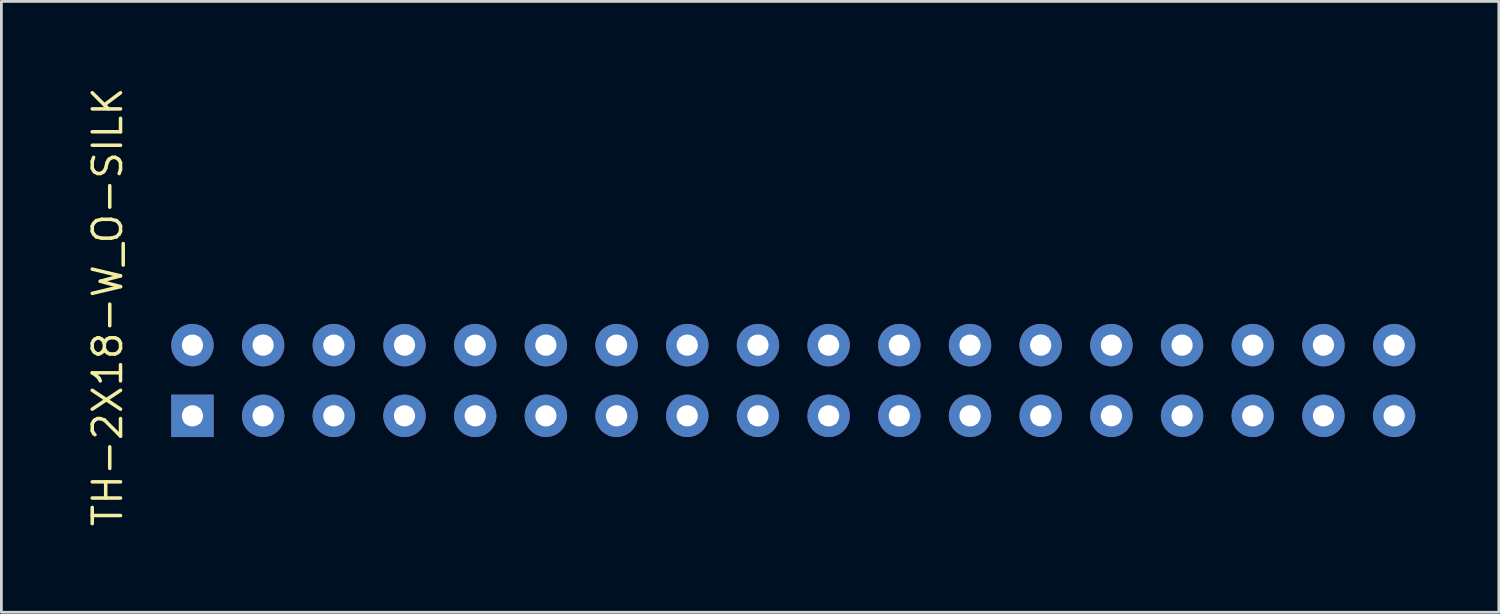
<source format=kicad_pcb>
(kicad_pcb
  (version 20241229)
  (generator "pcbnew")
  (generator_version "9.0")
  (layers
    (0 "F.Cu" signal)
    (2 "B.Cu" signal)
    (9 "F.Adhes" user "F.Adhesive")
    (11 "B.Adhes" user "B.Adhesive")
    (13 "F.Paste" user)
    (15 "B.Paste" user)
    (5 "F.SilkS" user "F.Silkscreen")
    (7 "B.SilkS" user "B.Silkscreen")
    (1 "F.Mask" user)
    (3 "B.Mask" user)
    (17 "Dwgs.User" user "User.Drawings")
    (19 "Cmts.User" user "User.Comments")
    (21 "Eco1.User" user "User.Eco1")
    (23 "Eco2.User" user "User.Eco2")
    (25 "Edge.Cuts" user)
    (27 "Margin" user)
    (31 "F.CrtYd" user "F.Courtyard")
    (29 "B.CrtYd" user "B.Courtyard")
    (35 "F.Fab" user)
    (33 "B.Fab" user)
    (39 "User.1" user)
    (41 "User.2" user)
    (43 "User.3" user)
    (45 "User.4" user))
  (footprint "TH-2X18-W_O-SILK"
    (layer "F.Cu")
    (at 25.455 10.622)
    (property "Reference" "TH-2X18-W_O-SILK" (at -24.638 -2.647 90) (layer "F.SilkS") (effects (font (size 1.016 1.016) (thickness 0.127))))
    (attr exclude_from_pos_files exclude_from_bom)
    (fp_line (start -21.844 -1.524) (end -21.336 -1.524) (stroke (width 0.066) (type solid)) (layer "Dwgs.User"))
    (fp_line (start -21.844 -1.016) (end -21.844 -1.524) (stroke (width 0.066) (type solid)) (layer "Dwgs.User"))
    (fp_line (start -21.844 -1.016) (end -21.336 -1.016) (stroke (width 0.066) (type solid)) (layer "Dwgs.User"))
    (fp_line (start -21.844 1.016) (end -21.336 1.016) (stroke (width 0.066) (type solid)) (layer "Dwgs.User"))
    (fp_line (start -21.844 1.524) (end -21.844 1.016) (stroke (width 0.066) (type solid)) (layer "Dwgs.User"))
    (fp_line (start -21.844 1.524) (end -21.336 1.524) (stroke (width 0.066) (type solid)) (layer "Dwgs.User"))
    (fp_line (start -21.336 -1.016) (end -21.336 -1.524) (stroke (width 0.066) (type solid)) (layer "Dwgs.User"))
    (fp_line (start -21.336 1.524) (end -21.336 1.016) (stroke (width 0.066) (type solid)) (layer "Dwgs.User"))
    (fp_line (start -19.304 -1.524) (end -18.796 -1.524) (stroke (width 0.066) (type solid)) (layer "Dwgs.User"))
    (fp_line (start -19.304 -1.016) (end -19.304 -1.524) (stroke (width 0.066) (type solid)) (layer "Dwgs.User"))
    (fp_line (start -19.304 -1.016) (end -18.796 -1.016) (stroke (width 0.066) (type solid)) (layer "Dwgs.User"))
    (fp_line (start -19.304 1.016) (end -18.796 1.016) (stroke (width 0.066) (type solid)) (layer "Dwgs.User"))
    (fp_line (start -19.304 1.524) (end -19.304 1.016) (stroke (width 0.066) (type solid)) (layer "Dwgs.User"))
    (fp_line (start -19.304 1.524) (end -18.796 1.524) (stroke (width 0.066) (type solid)) (layer "Dwgs.User"))
    (fp_line (start -18.796 -1.016) (end -18.796 -1.524) (stroke (width 0.066) (type solid)) (layer "Dwgs.User"))
    (fp_line (start -18.796 1.524) (end -18.796 1.016) (stroke (width 0.066) (type solid)) (layer "Dwgs.User"))
    (fp_line (start -16.764 -1.524) (end -16.256 -1.524) (stroke (width 0.066) (type solid)) (layer "Dwgs.User"))
    (fp_line (start -16.764 -1.016) (end -16.764 -1.524) (stroke (width 0.066) (type solid)) (layer "Dwgs.User"))
    (fp_line (start -16.764 -1.016) (end -16.256 -1.016) (stroke (width 0.066) (type solid)) (layer "Dwgs.User"))
    (fp_line (start -16.764 1.016) (end -16.256 1.016) (stroke (width 0.066) (type solid)) (layer "Dwgs.User"))
    (fp_line (start -16.764 1.524) (end -16.764 1.016) (stroke (width 0.066) (type solid)) (layer "Dwgs.User"))
    (fp_line (start -16.764 1.524) (end -16.256 1.524) (stroke (width 0.066) (type solid)) (layer "Dwgs.User"))
    (fp_line (start -16.256 -1.016) (end -16.256 -1.524) (stroke (width 0.066) (type solid)) (layer "Dwgs.User"))
    (fp_line (start -16.256 1.524) (end -16.256 1.016) (stroke (width 0.066) (type solid)) (layer "Dwgs.User"))
    (fp_line (start -14.224 -1.524) (end -13.716 -1.524) (stroke (width 0.066) (type solid)) (layer "Dwgs.User"))
    (fp_line (start -14.224 -1.016) (end -14.224 -1.524) (stroke (width 0.066) (type solid)) (layer "Dwgs.User"))
    (fp_line (start -14.224 -1.016) (end -13.716 -1.016) (stroke (width 0.066) (type solid)) (layer "Dwgs.User"))
    (fp_line (start -14.224 1.016) (end -13.716 1.016) (stroke (width 0.066) (type solid)) (layer "Dwgs.User"))
    (fp_line (start -14.224 1.524) (end -14.224 1.016) (stroke (width 0.066) (type solid)) (layer "Dwgs.User"))
    (fp_line (start -14.224 1.524) (end -13.716 1.524) (stroke (width 0.066) (type solid)) (layer "Dwgs.User"))
    (fp_line (start -13.716 -1.016) (end -13.716 -1.524) (stroke (width 0.066) (type solid)) (layer "Dwgs.User"))
    (fp_line (start -13.716 1.524) (end -13.716 1.016) (stroke (width 0.066) (type solid)) (layer "Dwgs.User"))
    (fp_line (start -11.684 -1.524) (end -11.176 -1.524) (stroke (width 0.066) (type solid)) (layer "Dwgs.User"))
    (fp_line (start -11.684 -1.016) (end -11.684 -1.524) (stroke (width 0.066) (type solid)) (layer "Dwgs.User"))
    (fp_line (start -11.684 -1.016) (end -11.176 -1.016) (stroke (width 0.066) (type solid)) (layer "Dwgs.User"))
    (fp_line (start -11.684 1.016) (end -11.176 1.016) (stroke (width 0.066) (type solid)) (layer "Dwgs.User"))
    (fp_line (start -11.684 1.524) (end -11.684 1.016) (stroke (width 0.066) (type solid)) (layer "Dwgs.User"))
    (fp_line (start -11.684 1.524) (end -11.176 1.524) (stroke (width 0.066) (type solid)) (layer "Dwgs.User"))
    (fp_line (start -11.176 -1.016) (end -11.176 -1.524) (stroke (width 0.066) (type solid)) (layer "Dwgs.User"))
    (fp_line (start -11.176 1.524) (end -11.176 1.016) (stroke (width 0.066) (type solid)) (layer "Dwgs.User"))
    (fp_line (start -9.144 -1.524) (end -8.636 -1.524) (stroke (width 0.066) (type solid)) (layer "Dwgs.User"))
    (fp_line (start -9.144 -1.016) (end -9.144 -1.524) (stroke (width 0.066) (type solid)) (layer "Dwgs.User"))
    (fp_line (start -9.144 -1.016) (end -8.636 -1.016) (stroke (width 0.066) (type solid)) (layer "Dwgs.User"))
    (fp_line (start -9.144 1.016) (end -8.636 1.016) (stroke (width 0.066) (type solid)) (layer "Dwgs.User"))
    (fp_line (start -9.144 1.524) (end -9.144 1.016) (stroke (width 0.066) (type solid)) (layer "Dwgs.User"))
    (fp_line (start -9.144 1.524) (end -8.636 1.524) (stroke (width 0.066) (type solid)) (layer "Dwgs.User"))
    (fp_line (start -8.636 -1.016) (end -8.636 -1.524) (stroke (width 0.066) (type solid)) (layer "Dwgs.User"))
    (fp_line (start -8.636 1.524) (end -8.636 1.016) (stroke (width 0.066) (type solid)) (layer "Dwgs.User"))
    (fp_line (start -6.604 -1.524) (end -6.096 -1.524) (stroke (width 0.066) (type solid)) (layer "Dwgs.User"))
    (fp_line (start -6.604 -1.016) (end -6.604 -1.524) (stroke (width 0.066) (type solid)) (layer "Dwgs.User"))
    (fp_line (start -6.604 -1.016) (end -6.096 -1.016) (stroke (width 0.066) (type solid)) (layer "Dwgs.User"))
    (fp_line (start -6.604 1.016) (end -6.096 1.016) (stroke (width 0.066) (type solid)) (layer "Dwgs.User"))
    (fp_line (start -6.604 1.524) (end -6.604 1.016) (stroke (width 0.066) (type solid)) (layer "Dwgs.User"))
    (fp_line (start -6.604 1.524) (end -6.096 1.524) (stroke (width 0.066) (type solid)) (layer "Dwgs.User"))
    (fp_line (start -6.096 -1.016) (end -6.096 -1.524) (stroke (width 0.066) (type solid)) (layer "Dwgs.User"))
    (fp_line (start -6.096 1.524) (end -6.096 1.016) (stroke (width 0.066) (type solid)) (layer "Dwgs.User"))
    (fp_line (start -4.064 -1.524) (end -3.556 -1.524) (stroke (width 0.066) (type solid)) (layer "Dwgs.User"))
    (fp_line (start -4.064 -1.016) (end -4.064 -1.524) (stroke (width 0.066) (type solid)) (layer "Dwgs.User"))
    (fp_line (start -4.064 -1.016) (end -3.556 -1.016) (stroke (width 0.066) (type solid)) (layer "Dwgs.User"))
    (fp_line (start -4.064 1.016) (end -3.556 1.016) (stroke (width 0.066) (type solid)) (layer "Dwgs.User"))
    (fp_line (start -4.064 1.524) (end -4.064 1.016) (stroke (width 0.066) (type solid)) (layer "Dwgs.User"))
    (fp_line (start -4.064 1.524) (end -3.556 1.524) (stroke (width 0.066) (type solid)) (layer "Dwgs.User"))
    (fp_line (start -3.556 -1.016) (end -3.556 -1.524) (stroke (width 0.066) (type solid)) (layer "Dwgs.User"))
    (fp_line (start -3.556 1.524) (end -3.556 1.016) (stroke (width 0.066) (type solid)) (layer "Dwgs.User"))
    (fp_line (start -1.524 -1.524) (end -1.016 -1.524) (stroke (width 0.066) (type solid)) (layer "Dwgs.User"))
    (fp_line (start -1.524 -1.016) (end -1.524 -1.524) (stroke (width 0.066) (type solid)) (layer "Dwgs.User"))
    (fp_line (start -1.524 -1.016) (end -1.016 -1.016) (stroke (width 0.066) (type solid)) (layer "Dwgs.User"))
    (fp_line (start -1.524 1.016) (end -1.016 1.016) (stroke (width 0.066) (type solid)) (layer "Dwgs.User"))
    (fp_line (start -1.524 1.524) (end -1.524 1.016) (stroke (width 0.066) (type solid)) (layer "Dwgs.User"))
    (fp_line (start -1.524 1.524) (end -1.016 1.524) (stroke (width 0.066) (type solid)) (layer "Dwgs.User"))
    (fp_line (start -1.016 -1.016) (end -1.016 -1.524) (stroke (width 0.066) (type solid)) (layer "Dwgs.User"))
    (fp_line (start -1.016 1.524) (end -1.016 1.016) (stroke (width 0.066) (type solid)) (layer "Dwgs.User"))
    (fp_line (start 1.016 -1.524) (end 1.524 -1.524) (stroke (width 0.066) (type solid)) (layer "Dwgs.User"))
    (fp_line (start 1.016 -1.016) (end 1.016 -1.524) (stroke (width 0.066) (type solid)) (layer "Dwgs.User"))
    (fp_line (start 1.016 -1.016) (end 1.524 -1.016) (stroke (width 0.066) (type solid)) (layer "Dwgs.User"))
    (fp_line (start 1.016 1.016) (end 1.524 1.016) (stroke (width 0.066) (type solid)) (layer "Dwgs.User"))
    (fp_line (start 1.016 1.524) (end 1.016 1.016) (stroke (width 0.066) (type solid)) (layer "Dwgs.User"))
    (fp_line (start 1.016 1.524) (end 1.524 1.524) (stroke (width 0.066) (type solid)) (layer "Dwgs.User"))
    (fp_line (start 1.524 -1.016) (end 1.524 -1.524) (stroke (width 0.066) (type solid)) (layer "Dwgs.User"))
    (fp_line (start 1.524 1.524) (end 1.524 1.016) (stroke (width 0.066) (type solid)) (layer "Dwgs.User"))
    (fp_line (start 3.556 -1.524) (end 4.064 -1.524) (stroke (width 0.066) (type solid)) (layer "Dwgs.User"))
    (fp_line (start 3.556 -1.016) (end 3.556 -1.524) (stroke (width 0.066) (type solid)) (layer "Dwgs.User"))
    (fp_line (start 3.556 -1.016) (end 4.064 -1.016) (stroke (width 0.066) (type solid)) (layer "Dwgs.User"))
    (fp_line (start 3.556 1.016) (end 4.064 1.016) (stroke (width 0.066) (type solid)) (layer "Dwgs.User"))
    (fp_line (start 3.556 1.524) (end 3.556 1.016) (stroke (width 0.066) (type solid)) (layer "Dwgs.User"))
    (fp_line (start 3.556 1.524) (end 4.064 1.524) (stroke (width 0.066) (type solid)) (layer "Dwgs.User"))
    (fp_line (start 4.064 -1.016) (end 4.064 -1.524) (stroke (width 0.066) (type solid)) (layer "Dwgs.User"))
    (fp_line (start 4.064 1.524) (end 4.064 1.016) (stroke (width 0.066) (type solid)) (layer "Dwgs.User"))
    (fp_line (start 6.096 -1.524) (end 6.604 -1.524) (stroke (width 0.066) (type solid)) (layer "Dwgs.User"))
    (fp_line (start 6.096 -1.016) (end 6.096 -1.524) (stroke (width 0.066) (type solid)) (layer "Dwgs.User"))
    (fp_line (start 6.096 -1.016) (end 6.604 -1.016) (stroke (width 0.066) (type solid)) (layer "Dwgs.User"))
    (fp_line (start 6.096 1.016) (end 6.604 1.016) (stroke (width 0.066) (type solid)) (layer "Dwgs.User"))
    (fp_line (start 6.096 1.524) (end 6.096 1.016) (stroke (width 0.066) (type solid)) (layer "Dwgs.User"))
    (fp_line (start 6.096 1.524) (end 6.604 1.524) (stroke (width 0.066) (type solid)) (layer "Dwgs.User"))
    (fp_line (start 6.604 -1.016) (end 6.604 -1.524) (stroke (width 0.066) (type solid)) (layer "Dwgs.User"))
    (fp_line (start 6.604 1.524) (end 6.604 1.016) (stroke (width 0.066) (type solid)) (layer "Dwgs.User"))
    (fp_line (start 8.636 -1.524) (end 9.144 -1.524) (stroke (width 0.066) (type solid)) (layer "Dwgs.User"))
    (fp_line (start 8.636 -1.016) (end 8.636 -1.524) (stroke (width 0.066) (type solid)) (layer "Dwgs.User"))
    (fp_line (start 8.636 -1.016) (end 9.144 -1.016) (stroke (width 0.066) (type solid)) (layer "Dwgs.User"))
    (fp_line (start 8.636 1.016) (end 9.144 1.016) (stroke (width 0.066) (type solid)) (layer "Dwgs.User"))
    (fp_line (start 8.636 1.524) (end 8.636 1.016) (stroke (width 0.066) (type solid)) (layer "Dwgs.User"))
    (fp_line (start 8.636 1.524) (end 9.144 1.524) (stroke (width 0.066) (type solid)) (layer "Dwgs.User"))
    (fp_line (start 9.144 -1.016) (end 9.144 -1.524) (stroke (width 0.066) (type solid)) (layer "Dwgs.User"))
    (fp_line (start 9.144 1.524) (end 9.144 1.016) (stroke (width 0.066) (type solid)) (layer "Dwgs.User"))
    (fp_line (start 11.176 -1.524) (end 11.684 -1.524) (stroke (width 0.066) (type solid)) (layer "Dwgs.User"))
    (fp_line (start 11.176 -1.016) (end 11.176 -1.524) (stroke (width 0.066) (type solid)) (layer "Dwgs.User"))
    (fp_line (start 11.176 -1.016) (end 11.684 -1.016) (stroke (width 0.066) (type solid)) (layer "Dwgs.User"))
    (fp_line (start 11.176 1.016) (end 11.684 1.016) (stroke (width 0.066) (type solid)) (layer "Dwgs.User"))
    (fp_line (start 11.176 1.524) (end 11.176 1.016) (stroke (width 0.066) (type solid)) (layer "Dwgs.User"))
    (fp_line (start 11.176 1.524) (end 11.684 1.524) (stroke (width 0.066) (type solid)) (layer "Dwgs.User"))
    (fp_line (start 11.684 -1.016) (end 11.684 -1.524) (stroke (width 0.066) (type solid)) (layer "Dwgs.User"))
    (fp_line (start 11.684 1.524) (end 11.684 1.016) (stroke (width 0.066) (type solid)) (layer "Dwgs.User"))
    (fp_line (start 13.716 -1.524) (end 14.224 -1.524) (stroke (width 0.066) (type solid)) (layer "Dwgs.User"))
    (fp_line (start 13.716 -1.016) (end 13.716 -1.524) (stroke (width 0.066) (type solid)) (layer "Dwgs.User"))
    (fp_line (start 13.716 -1.016) (end 14.224 -1.016) (stroke (width 0.066) (type solid)) (layer "Dwgs.User"))
    (fp_line (start 13.716 1.016) (end 14.224 1.016) (stroke (width 0.066) (type solid)) (layer "Dwgs.User"))
    (fp_line (start 13.716 1.524) (end 13.716 1.016) (stroke (width 0.066) (type solid)) (layer "Dwgs.User"))
    (fp_line (start 13.716 1.524) (end 14.224 1.524) (stroke (width 0.066) (type solid)) (layer "Dwgs.User"))
    (fp_line (start 14.224 -1.016) (end 14.224 -1.524) (stroke (width 0.066) (type solid)) (layer "Dwgs.User"))
    (fp_line (start 14.224 1.524) (end 14.224 1.016) (stroke (width 0.066) (type solid)) (layer "Dwgs.User"))
    (fp_line (start 16.256 -1.524) (end 16.764 -1.524) (stroke (width 0.066) (type solid)) (layer "Dwgs.User"))
    (fp_line (start 16.256 -1.016) (end 16.256 -1.524) (stroke (width 0.066) (type solid)) (layer "Dwgs.User"))
    (fp_line (start 16.256 -1.016) (end 16.764 -1.016) (stroke (width 0.066) (type solid)) (layer "Dwgs.User"))
    (fp_line (start 16.256 1.016) (end 16.764 1.016) (stroke (width 0.066) (type solid)) (layer "Dwgs.User"))
    (fp_line (start 16.256 1.524) (end 16.256 1.016) (stroke (width 0.066) (type solid)) (layer "Dwgs.User"))
    (fp_line (start 16.256 1.524) (end 16.764 1.524) (stroke (width 0.066) (type solid)) (layer "Dwgs.User"))
    (fp_line (start 16.764 -1.016) (end 16.764 -1.524) (stroke (width 0.066) (type solid)) (layer "Dwgs.User"))
    (fp_line (start 16.764 1.524) (end 16.764 1.016) (stroke (width 0.066) (type solid)) (layer "Dwgs.User"))
    (fp_line (start 18.796 -1.524) (end 19.304 -1.524) (stroke (width 0.066) (type solid)) (layer "Dwgs.User"))
    (fp_line (start 18.796 -1.016) (end 18.796 -1.524) (stroke (width 0.066) (type solid)) (layer "Dwgs.User"))
    (fp_line (start 18.796 -1.016) (end 19.304 -1.016) (stroke (width 0.066) (type solid)) (layer "Dwgs.User"))
    (fp_line (start 18.796 1.016) (end 19.304 1.016) (stroke (width 0.066) (type solid)) (layer "Dwgs.User"))
    (fp_line (start 18.796 1.524) (end 18.796 1.016) (stroke (width 0.066) (type solid)) (layer "Dwgs.User"))
    (fp_line (start 18.796 1.524) (end 19.304 1.524) (stroke (width 0.066) (type solid)) (layer "Dwgs.User"))
    (fp_line (start 19.304 -1.016) (end 19.304 -1.524) (stroke (width 0.066) (type solid)) (layer "Dwgs.User"))
    (fp_line (start 19.304 1.524) (end 19.304 1.016) (stroke (width 0.066) (type solid)) (layer "Dwgs.User"))
    (fp_line (start 21.336 -1.524) (end 21.844 -1.524) (stroke (width 0.066) (type solid)) (layer "Dwgs.User"))
    (fp_line (start 21.336 -1.016) (end 21.336 -1.524) (stroke (width 0.066) (type solid)) (layer "Dwgs.User"))
    (fp_line (start 21.336 -1.016) (end 21.844 -1.016) (stroke (width 0.066) (type solid)) (layer "Dwgs.User"))
    (fp_line (start 21.336 1.016) (end 21.844 1.016) (stroke (width 0.066) (type solid)) (layer "Dwgs.User"))
    (fp_line (start 21.336 1.524) (end 21.336 1.016) (stroke (width 0.066) (type solid)) (layer "Dwgs.User"))
    (fp_line (start 21.336 1.524) (end 21.844 1.524) (stroke (width 0.066) (type solid)) (layer "Dwgs.User"))
    (fp_line (start 21.844 -1.016) (end 21.844 -1.524) (stroke (width 0.066) (type solid)) (layer "Dwgs.User"))
    (fp_line (start 21.844 1.524) (end 21.844 1.016) (stroke (width 0.066) (type solid)) (layer "Dwgs.User"))
    (pad "1" thru_hole rect (at -21.59 1.27) (size 1.524 1.524) (drill 0.762) (layers "*.Cu" "*.Paste" "*.Mask"))
    (pad "2" thru_hole circle (at -21.59 -1.27) (size 1.524 1.524) (drill 0.762) (layers "*.Cu" "*.Paste" "*.Mask"))
    (pad "3" thru_hole circle (at -19.05 1.27) (size 1.524 1.524) (drill 0.762) (layers "*.Cu" "*.Paste" "*.Mask"))
    (pad "4" thru_hole circle (at -19.05 -1.27) (size 1.524 1.524) (drill 0.762) (layers "*.Cu" "*.Paste" "*.Mask"))
    (pad "5" thru_hole circle (at -16.51 1.27) (size 1.524 1.524) (drill 0.762) (layers "*.Cu" "*.Paste" "*.Mask"))
    (pad "6" thru_hole circle (at -16.51 -1.27) (size 1.524 1.524) (drill 0.762) (layers "*.Cu" "*.Paste" "*.Mask"))
    (pad "7" thru_hole circle (at -13.97 1.27) (size 1.524 1.524) (drill 0.762) (layers "*.Cu" "*.Paste" "*.Mask"))
    (pad "8" thru_hole circle (at -13.97 -1.27) (size 1.524 1.524) (drill 0.762) (layers "*.Cu" "*.Paste" "*.Mask"))
    (pad "9" thru_hole circle (at -11.43 1.27) (size 1.524 1.524) (drill 0.762) (layers "*.Cu" "*.Paste" "*.Mask"))
    (pad "10" thru_hole circle (at -11.43 -1.27) (size 1.524 1.524) (drill 0.762) (layers "*.Cu" "*.Paste" "*.Mask"))
    (pad "11" thru_hole circle (at -8.89 1.27) (size 1.524 1.524) (drill 0.762) (layers "*.Cu" "*.Paste" "*.Mask"))
    (pad "12" thru_hole circle (at -8.89 -1.27) (size 1.524 1.524) (drill 0.762) (layers "*.Cu" "*.Paste" "*.Mask"))
    (pad "13" thru_hole circle (at -6.35 1.27) (size 1.524 1.524) (drill 0.762) (layers "*.Cu" "*.Paste" "*.Mask"))
    (pad "14" thru_hole circle (at -6.35 -1.27) (size 1.524 1.524) (drill 0.762) (layers "*.Cu" "*.Paste" "*.Mask"))
    (pad "15" thru_hole circle (at -3.81 1.27) (size 1.524 1.524) (drill 0.762) (layers "*.Cu" "*.Paste" "*.Mask"))
    (pad "16" thru_hole circle (at -3.81 -1.27) (size 1.524 1.524) (drill 0.762) (layers "*.Cu" "*.Paste" "*.Mask"))
    (pad "17" thru_hole circle (at -1.27 1.27) (size 1.524 1.524) (drill 0.762) (layers "*.Cu" "*.Paste" "*.Mask"))
    (pad "18" thru_hole circle (at -1.27 -1.27) (size 1.524 1.524) (drill 0.762) (layers "*.Cu" "*.Paste" "*.Mask"))
    (pad "19" thru_hole circle (at 1.27 1.27) (size 1.524 1.524) (drill 0.762) (layers "*.Cu" "*.Paste" "*.Mask"))
    (pad "20" thru_hole circle (at 1.27 -1.27) (size 1.524 1.524) (drill 0.762) (layers "*.Cu" "*.Paste" "*.Mask"))
    (pad "21" thru_hole circle (at 3.81 1.27) (size 1.524 1.524) (drill 0.762) (layers "*.Cu" "*.Paste" "*.Mask"))
    (pad "22" thru_hole circle (at 3.81 -1.27) (size 1.524 1.524) (drill 0.762) (layers "*.Cu" "*.Paste" "*.Mask"))
    (pad "23" thru_hole circle (at 6.35 1.27) (size 1.524 1.524) (drill 0.762) (layers "*.Cu" "*.Paste" "*.Mask"))
    (pad "24" thru_hole circle (at 6.35 -1.27) (size 1.524 1.524) (drill 0.762) (layers "*.Cu" "*.Paste" "*.Mask"))
    (pad "25" thru_hole circle (at 8.89 1.27) (size 1.524 1.524) (drill 0.762) (layers "*.Cu" "*.Paste" "*.Mask"))
    (pad "26" thru_hole circle (at 8.89 -1.27) (size 1.524 1.524) (drill 0.762) (layers "*.Cu" "*.Paste" "*.Mask"))
    (pad "27" thru_hole circle (at 11.43 1.27) (size 1.524 1.524) (drill 0.762) (layers "*.Cu" "*.Paste" "*.Mask"))
    (pad "28" thru_hole circle (at 11.43 -1.27) (size 1.524 1.524) (drill 0.762) (layers "*.Cu" "*.Paste" "*.Mask"))
    (pad "29" thru_hole circle (at 13.97 1.27) (size 1.524 1.524) (drill 0.762) (layers "*.Cu" "*.Paste" "*.Mask"))
    (pad "30" thru_hole circle (at 13.97 -1.27) (size 1.524 1.524) (drill 0.762) (layers "*.Cu" "*.Paste" "*.Mask"))
    (pad "31" thru_hole circle (at 16.51 1.27) (size 1.524 1.524) (drill 0.762) (layers "*.Cu" "*.Paste" "*.Mask"))
    (pad "32" thru_hole circle (at 16.51 -1.27) (size 1.524 1.524) (drill 0.762) (layers "*.Cu" "*.Paste" "*.Mask"))
    (pad "33" thru_hole circle (at 19.05 1.27) (size 1.524 1.524) (drill 0.762) (layers "*.Cu" "*.Paste" "*.Mask"))
    (pad "34" thru_hole circle (at 19.05 -1.27) (size 1.524 1.524) (drill 0.762) (layers "*.Cu" "*.Paste" "*.Mask"))
    (pad "35" thru_hole circle (at 21.59 1.27) (size 1.524 1.524) (drill 0.762) (layers "*.Cu" "*.Paste" "*.Mask"))
    (pad "36" thru_hole circle (at 21.59 -1.27) (size 1.524 1.524) (drill 0.762) (layers "*.Cu" "*.Paste" "*.Mask")))
  (gr_rect
    (start -3 -3)
    (end 50.807 18.95)
    (stroke (width 0.1) (type default))
    (fill no)
    (layer "Edge.Cuts")))
</source>
